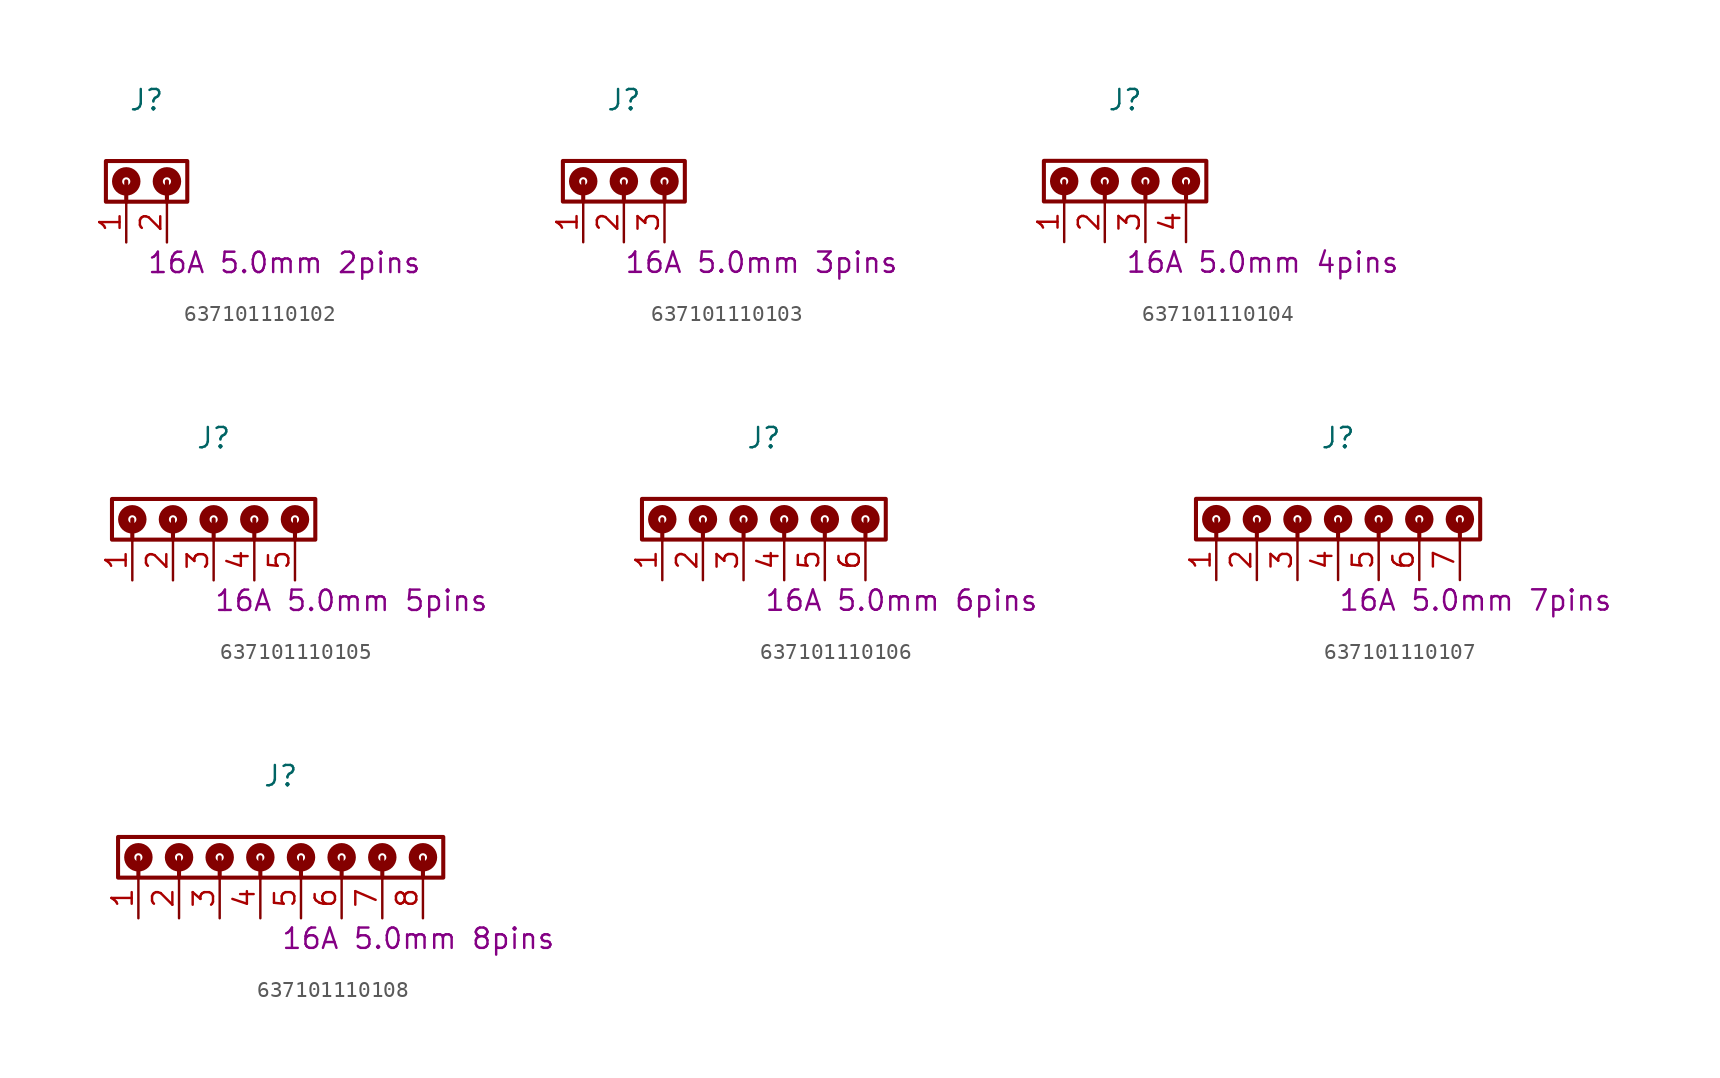
<source format=kicad_sym>
(kicad_symbol_lib
  (version 20220914)
  (generator kicad_symbol_editor)
  (symbol "637101110102"
    (pin_names hide)
    (property "Reference" "J"
      (at 0 5.08 0)
      (effects (font (size 1.27 1.27))))
    (property "Critical Parameter" "16A 5.0mm 2pins"
      (at 0 -5.08 0)
      (effects (font (size 1.27 1.27)) (justify left)))
    (symbol "637101110102_0_1"
      (rectangle (start -2.54 1.27) (end 2.54 -1.27) (stroke (width 0.254) (type default)) (fill (type none)))
      (circle (center -1.27 0) (radius 0.254) (stroke (width 0.635) (type default)) (fill (type none)))
      (polyline (pts (xy -1.27 0) (xy -1.27 -1.27)) (stroke (width 0.254) (type default)) (fill (type none)))
      (circle (center 1.27 0) (radius 0.254) (stroke (width 0.635) (type default)) (fill (type none)))
      (polyline (pts (xy 1.27 0) (xy 1.27 -1.27)) (stroke (width 0.254) (type default)) (fill (type none))))
    (symbol "637101110102_1_1"
      (pin passive line (at -1.27 -3.81 90) (length 2.54) (name "1" (effects (font (size 1.27 1.27)))) (number "1" (effects (font (size 1.27 1.27)))))
      (pin passive line (at -1.27 -3.81 90) (length 2.54) hide (name "A1" (effects (font (size 1.27 1.27)))) (number "A1" (effects (font (size 1.27 1.27)))))
      (pin passive line (at 1.27 -3.81 90) (length 2.54) (name "2" (effects (font (size 1.27 1.27)))) (number "2" (effects (font (size 1.27 1.27)))))
      (pin passive line (at 1.27 -3.81 90) (length 2.54) hide (name "A2" (effects (font (size 1.27 1.27)))) (number "A2" (effects (font (size 1.27 1.27)))))))
  (symbol "637101110103"
    (pin_names hide)
    (property "Reference" "J"
      (at 0 5.08 0)
      (effects (font (size 1.27 1.27))))
    (property "Critical Parameter" "16A 5.0mm 3pins"
      (at 0 -5.08 0)
      (effects (font (size 1.27 1.27)) (justify left)))
    (symbol "637101110103_0_1"
      (rectangle (start -3.81 1.27) (end 3.81 -1.27) (stroke (width 0.254) (type default)) (fill (type none)))
      (circle (center -2.54 0) (radius 0.254) (stroke (width 0.635) (type default)) (fill (type none)))
      (polyline (pts (xy -2.54 0) (xy -2.54 -1.27)) (stroke (width 0.254) (type default)) (fill (type none)))
      (circle (center 0.0 0) (radius 0.254) (stroke (width 0.635) (type default)) (fill (type none)))
      (polyline (pts (xy 0.0 0) (xy 0.0 -1.27)) (stroke (width 0.254) (type default)) (fill (type none)))
      (circle (center 2.54 0) (radius 0.254) (stroke (width 0.635) (type default)) (fill (type none)))
      (polyline (pts (xy 2.54 0) (xy 2.54 -1.27)) (stroke (width 0.254) (type default)) (fill (type none))))
    (symbol "637101110103_1_1"
      (pin passive line (at -2.54 -3.81 90) (length 2.54) (name "1" (effects (font (size 1.27 1.27)))) (number "1" (effects (font (size 1.27 1.27)))))
      (pin passive line (at -2.54 -3.81 90) (length 2.54) hide (name "A1" (effects (font (size 1.27 1.27)))) (number "A1" (effects (font (size 1.27 1.27)))))
      (pin passive line (at 0.0 -3.81 90) (length 2.54) (name "2" (effects (font (size 1.27 1.27)))) (number "2" (effects (font (size 1.27 1.27)))))
      (pin passive line (at 0.0 -3.81 90) (length 2.54) hide (name "A2" (effects (font (size 1.27 1.27)))) (number "A2" (effects (font (size 1.27 1.27)))))
      (pin passive line (at 2.54 -3.81 90) (length 2.54) (name "3" (effects (font (size 1.27 1.27)))) (number "3" (effects (font (size 1.27 1.27)))))
      (pin passive line (at 2.54 -3.81 90) (length 2.54) hide (name "A3" (effects (font (size 1.27 1.27)))) (number "A3" (effects (font (size 1.27 1.27)))))))
  (symbol "637101110104"
    (pin_names hide)
    (property "Reference" "J"
      (at 0 5.08 0)
      (effects (font (size 1.27 1.27))))
    (property "Critical Parameter" "16A 5.0mm 4pins"
      (at 0 -5.08 0)
      (effects (font (size 1.27 1.27)) (justify left)))
    (symbol "637101110104_0_1"
      (rectangle (start -5.08 1.27) (end 5.08 -1.27) (stroke (width 0.254) (type default)) (fill (type none)))
      (circle (center -3.81 0) (radius 0.254) (stroke (width 0.635) (type default)) (fill (type none)))
      (polyline (pts (xy -3.81 0) (xy -3.81 -1.27)) (stroke (width 0.254) (type default)) (fill (type none)))
      (circle (center -1.27 0) (radius 0.254) (stroke (width 0.635) (type default)) (fill (type none)))
      (polyline (pts (xy -1.27 0) (xy -1.27 -1.27)) (stroke (width 0.254) (type default)) (fill (type none)))
      (circle (center 1.27 0) (radius 0.254) (stroke (width 0.635) (type default)) (fill (type none)))
      (polyline (pts (xy 1.27 0) (xy 1.27 -1.27)) (stroke (width 0.254) (type default)) (fill (type none)))
      (circle (center 3.81 0) (radius 0.254) (stroke (width 0.635) (type default)) (fill (type none)))
      (polyline (pts (xy 3.81 0) (xy 3.81 -1.27)) (stroke (width 0.254) (type default)) (fill (type none))))
    (symbol "637101110104_1_1"
      (pin passive line (at -3.81 -3.81 90) (length 2.54) (name "1" (effects (font (size 1.27 1.27)))) (number "1" (effects (font (size 1.27 1.27)))))
      (pin passive line (at -3.81 -3.81 90) (length 2.54) hide (name "A1" (effects (font (size 1.27 1.27)))) (number "A1" (effects (font (size 1.27 1.27)))))
      (pin passive line (at -1.27 -3.81 90) (length 2.54) (name "2" (effects (font (size 1.27 1.27)))) (number "2" (effects (font (size 1.27 1.27)))))
      (pin passive line (at -1.27 -3.81 90) (length 2.54) hide (name "A2" (effects (font (size 1.27 1.27)))) (number "A2" (effects (font (size 1.27 1.27)))))
      (pin passive line (at 1.27 -3.81 90) (length 2.54) (name "3" (effects (font (size 1.27 1.27)))) (number "3" (effects (font (size 1.27 1.27)))))
      (pin passive line (at 1.27 -3.81 90) (length 2.54) hide (name "A3" (effects (font (size 1.27 1.27)))) (number "A3" (effects (font (size 1.27 1.27)))))
      (pin passive line (at 3.81 -3.81 90) (length 2.54) (name "4" (effects (font (size 1.27 1.27)))) (number "4" (effects (font (size 1.27 1.27)))))
      (pin passive line (at 3.81 -3.81 90) (length 2.54) hide (name "A4" (effects (font (size 1.27 1.27)))) (number "A4" (effects (font (size 1.27 1.27)))))))
  (symbol "637101110105"
    (pin_names hide)
    (property "Reference" "J"
      (at 0 5.08 0)
      (effects (font (size 1.27 1.27))))
    (property "Critical Parameter" "16A 5.0mm 5pins"
      (at 0 -5.08 0)
      (effects (font (size 1.27 1.27)) (justify left)))
    (symbol "637101110105_0_1"
      (rectangle (start -6.35 1.27) (end 6.35 -1.27) (stroke (width 0.254) (type default)) (fill (type none)))
      (circle (center -5.08 0) (radius 0.254) (stroke (width 0.635) (type default)) (fill (type none)))
      (polyline (pts (xy -5.08 0) (xy -5.08 -1.27)) (stroke (width 0.254) (type default)) (fill (type none)))
      (circle (center -2.54 0) (radius 0.254) (stroke (width 0.635) (type default)) (fill (type none)))
      (polyline (pts (xy -2.54 0) (xy -2.54 -1.27)) (stroke (width 0.254) (type default)) (fill (type none)))
      (circle (center 0.0 0) (radius 0.254) (stroke (width 0.635) (type default)) (fill (type none)))
      (polyline (pts (xy 0.0 0) (xy 0.0 -1.27)) (stroke (width 0.254) (type default)) (fill (type none)))
      (circle (center 2.54 0) (radius 0.254) (stroke (width 0.635) (type default)) (fill (type none)))
      (polyline (pts (xy 2.54 0) (xy 2.54 -1.27)) (stroke (width 0.254) (type default)) (fill (type none)))
      (circle (center 5.08 0) (radius 0.254) (stroke (width 0.635) (type default)) (fill (type none)))
      (polyline (pts (xy 5.08 0) (xy 5.08 -1.27)) (stroke (width 0.254) (type default)) (fill (type none))))
    (symbol "637101110105_1_1"
      (pin passive line (at -5.08 -3.81 90) (length 2.54) (name "1" (effects (font (size 1.27 1.27)))) (number "1" (effects (font (size 1.27 1.27)))))
      (pin passive line (at -5.08 -3.81 90) (length 2.54) hide (name "A1" (effects (font (size 1.27 1.27)))) (number "A1" (effects (font (size 1.27 1.27)))))
      (pin passive line (at -2.54 -3.81 90) (length 2.54) (name "2" (effects (font (size 1.27 1.27)))) (number "2" (effects (font (size 1.27 1.27)))))
      (pin passive line (at -2.54 -3.81 90) (length 2.54) hide (name "A2" (effects (font (size 1.27 1.27)))) (number "A2" (effects (font (size 1.27 1.27)))))
      (pin passive line (at 0.0 -3.81 90) (length 2.54) (name "3" (effects (font (size 1.27 1.27)))) (number "3" (effects (font (size 1.27 1.27)))))
      (pin passive line (at 0.0 -3.81 90) (length 2.54) hide (name "A3" (effects (font (size 1.27 1.27)))) (number "A3" (effects (font (size 1.27 1.27)))))
      (pin passive line (at 2.54 -3.81 90) (length 2.54) (name "4" (effects (font (size 1.27 1.27)))) (number "4" (effects (font (size 1.27 1.27)))))
      (pin passive line (at 2.54 -3.81 90) (length 2.54) hide (name "A4" (effects (font (size 1.27 1.27)))) (number "A4" (effects (font (size 1.27 1.27)))))
      (pin passive line (at 5.08 -3.81 90) (length 2.54) (name "5" (effects (font (size 1.27 1.27)))) (number "5" (effects (font (size 1.27 1.27)))))
      (pin passive line (at 5.08 -3.81 90) (length 2.54) hide (name "A5" (effects (font (size 1.27 1.27)))) (number "A5" (effects (font (size 1.27 1.27)))))))
  (symbol "637101110106"
    (pin_names hide)
    (property "Reference" "J"
      (at 0 5.08 0)
      (effects (font (size 1.27 1.27))))
    (property "Critical Parameter" "16A 5.0mm 6pins"
      (at 0 -5.08 0)
      (effects (font (size 1.27 1.27)) (justify left)))
    (symbol "637101110106_0_1"
      (rectangle (start -7.62 1.27) (end 7.62 -1.27) (stroke (width 0.254) (type default)) (fill (type none)))
      (circle (center -6.35 0) (radius 0.254) (stroke (width 0.635) (type default)) (fill (type none)))
      (polyline (pts (xy -6.35 0) (xy -6.35 -1.27)) (stroke (width 0.254) (type default)) (fill (type none)))
      (circle (center -3.81 0) (radius 0.254) (stroke (width 0.635) (type default)) (fill (type none)))
      (polyline (pts (xy -3.81 0) (xy -3.81 -1.27)) (stroke (width 0.254) (type default)) (fill (type none)))
      (circle (center -1.27 0) (radius 0.254) (stroke (width 0.635) (type default)) (fill (type none)))
      (polyline (pts (xy -1.27 0) (xy -1.27 -1.27)) (stroke (width 0.254) (type default)) (fill (type none)))
      (circle (center 1.27 0) (radius 0.254) (stroke (width 0.635) (type default)) (fill (type none)))
      (polyline (pts (xy 1.27 0) (xy 1.27 -1.27)) (stroke (width 0.254) (type default)) (fill (type none)))
      (circle (center 3.81 0) (radius 0.254) (stroke (width 0.635) (type default)) (fill (type none)))
      (polyline (pts (xy 3.81 0) (xy 3.81 -1.27)) (stroke (width 0.254) (type default)) (fill (type none)))
      (circle (center 6.35 0) (radius 0.254) (stroke (width 0.635) (type default)) (fill (type none)))
      (polyline (pts (xy 6.35 0) (xy 6.35 -1.27)) (stroke (width 0.254) (type default)) (fill (type none))))
    (symbol "637101110106_1_1"
      (pin passive line (at -6.35 -3.81 90) (length 2.54) (name "1" (effects (font (size 1.27 1.27)))) (number "1" (effects (font (size 1.27 1.27)))))
      (pin passive line (at -6.35 -3.81 90) (length 2.54) hide (name "A1" (effects (font (size 1.27 1.27)))) (number "A1" (effects (font (size 1.27 1.27)))))
      (pin passive line (at -3.81 -3.81 90) (length 2.54) (name "2" (effects (font (size 1.27 1.27)))) (number "2" (effects (font (size 1.27 1.27)))))
      (pin passive line (at -3.81 -3.81 90) (length 2.54) hide (name "A2" (effects (font (size 1.27 1.27)))) (number "A2" (effects (font (size 1.27 1.27)))))
      (pin passive line (at -1.27 -3.81 90) (length 2.54) (name "3" (effects (font (size 1.27 1.27)))) (number "3" (effects (font (size 1.27 1.27)))))
      (pin passive line (at -1.27 -3.81 90) (length 2.54) hide (name "A3" (effects (font (size 1.27 1.27)))) (number "A3" (effects (font (size 1.27 1.27)))))
      (pin passive line (at 1.27 -3.81 90) (length 2.54) (name "4" (effects (font (size 1.27 1.27)))) (number "4" (effects (font (size 1.27 1.27)))))
      (pin passive line (at 1.27 -3.81 90) (length 2.54) hide (name "A4" (effects (font (size 1.27 1.27)))) (number "A4" (effects (font (size 1.27 1.27)))))
      (pin passive line (at 3.81 -3.81 90) (length 2.54) (name "5" (effects (font (size 1.27 1.27)))) (number "5" (effects (font (size 1.27 1.27)))))
      (pin passive line (at 3.81 -3.81 90) (length 2.54) hide (name "A5" (effects (font (size 1.27 1.27)))) (number "A5" (effects (font (size 1.27 1.27)))))
      (pin passive line (at 6.35 -3.81 90) (length 2.54) (name "6" (effects (font (size 1.27 1.27)))) (number "6" (effects (font (size 1.27 1.27)))))
      (pin passive line (at 6.35 -3.81 90) (length 2.54) hide (name "A6" (effects (font (size 1.27 1.27)))) (number "A6" (effects (font (size 1.27 1.27)))))))
  (symbol "637101110107"
    (pin_names hide)
    (property "Reference" "J"
      (at 0 5.08 0)
      (effects (font (size 1.27 1.27))))
    (property "Critical Parameter" "16A 5.0mm 7pins"
      (at 0 -5.08 0)
      (effects (font (size 1.27 1.27)) (justify left)))
    (symbol "637101110107_0_1"
      (rectangle (start -8.89 1.27) (end 8.89 -1.27) (stroke (width 0.254) (type default)) (fill (type none)))
      (circle (center -7.62 0) (radius 0.254) (stroke (width 0.635) (type default)) (fill (type none)))
      (polyline (pts (xy -7.62 0) (xy -7.62 -1.27)) (stroke (width 0.254) (type default)) (fill (type none)))
      (circle (center -5.08 0) (radius 0.254) (stroke (width 0.635) (type default)) (fill (type none)))
      (polyline (pts (xy -5.08 0) (xy -5.08 -1.27)) (stroke (width 0.254) (type default)) (fill (type none)))
      (circle (center -2.54 0) (radius 0.254) (stroke (width 0.635) (type default)) (fill (type none)))
      (polyline (pts (xy -2.54 0) (xy -2.54 -1.27)) (stroke (width 0.254) (type default)) (fill (type none)))
      (circle (center 0.0 0) (radius 0.254) (stroke (width 0.635) (type default)) (fill (type none)))
      (polyline (pts (xy 0.0 0) (xy 0.0 -1.27)) (stroke (width 0.254) (type default)) (fill (type none)))
      (circle (center 2.54 0) (radius 0.254) (stroke (width 0.635) (type default)) (fill (type none)))
      (polyline (pts (xy 2.54 0) (xy 2.54 -1.27)) (stroke (width 0.254) (type default)) (fill (type none)))
      (circle (center 5.08 0) (radius 0.254) (stroke (width 0.635) (type default)) (fill (type none)))
      (polyline (pts (xy 5.08 0) (xy 5.08 -1.27)) (stroke (width 0.254) (type default)) (fill (type none)))
      (circle (center 7.62 0) (radius 0.254) (stroke (width 0.635) (type default)) (fill (type none)))
      (polyline (pts (xy 7.62 0) (xy 7.62 -1.27)) (stroke (width 0.254) (type default)) (fill (type none))))
    (symbol "637101110107_1_1"
      (pin passive line (at -7.62 -3.81 90) (length 2.54) (name "1" (effects (font (size 1.27 1.27)))) (number "1" (effects (font (size 1.27 1.27)))))
      (pin passive line (at -7.62 -3.81 90) (length 2.54) hide (name "A1" (effects (font (size 1.27 1.27)))) (number "A1" (effects (font (size 1.27 1.27)))))
      (pin passive line (at -5.08 -3.81 90) (length 2.54) (name "2" (effects (font (size 1.27 1.27)))) (number "2" (effects (font (size 1.27 1.27)))))
      (pin passive line (at -5.08 -3.81 90) (length 2.54) hide (name "A2" (effects (font (size 1.27 1.27)))) (number "A2" (effects (font (size 1.27 1.27)))))
      (pin passive line (at -2.54 -3.81 90) (length 2.54) (name "3" (effects (font (size 1.27 1.27)))) (number "3" (effects (font (size 1.27 1.27)))))
      (pin passive line (at -2.54 -3.81 90) (length 2.54) hide (name "A3" (effects (font (size 1.27 1.27)))) (number "A3" (effects (font (size 1.27 1.27)))))
      (pin passive line (at 0.0 -3.81 90) (length 2.54) (name "4" (effects (font (size 1.27 1.27)))) (number "4" (effects (font (size 1.27 1.27)))))
      (pin passive line (at 0.0 -3.81 90) (length 2.54) hide (name "A4" (effects (font (size 1.27 1.27)))) (number "A4" (effects (font (size 1.27 1.27)))))
      (pin passive line (at 2.54 -3.81 90) (length 2.54) (name "5" (effects (font (size 1.27 1.27)))) (number "5" (effects (font (size 1.27 1.27)))))
      (pin passive line (at 2.54 -3.81 90) (length 2.54) hide (name "A5" (effects (font (size 1.27 1.27)))) (number "A5" (effects (font (size 1.27 1.27)))))
      (pin passive line (at 5.08 -3.81 90) (length 2.54) (name "6" (effects (font (size 1.27 1.27)))) (number "6" (effects (font (size 1.27 1.27)))))
      (pin passive line (at 5.08 -3.81 90) (length 2.54) hide (name "A6" (effects (font (size 1.27 1.27)))) (number "A6" (effects (font (size 1.27 1.27)))))
      (pin passive line (at 7.62 -3.81 90) (length 2.54) (name "7" (effects (font (size 1.27 1.27)))) (number "7" (effects (font (size 1.27 1.27)))))
      (pin passive line (at 7.62 -3.81 90) (length 2.54) hide (name "A7" (effects (font (size 1.27 1.27)))) (number "A7" (effects (font (size 1.27 1.27)))))))
  (symbol "637101110108"
    (pin_names hide)
    (property "Reference" "J"
      (at 0 5.08 0)
      (effects (font (size 1.27 1.27))))
    (property "Critical Parameter" "16A 5.0mm 8pins"
      (at 0 -5.08 0)
      (effects (font (size 1.27 1.27)) (justify left)))
    (symbol "637101110108_0_1"
      (rectangle (start -10.16 1.27) (end 10.16 -1.27) (stroke (width 0.254) (type default)) (fill (type none)))
      (circle (center -8.89 0) (radius 0.254) (stroke (width 0.635) (type default)) (fill (type none)))
      (polyline (pts (xy -8.89 0) (xy -8.89 -1.27)) (stroke (width 0.254) (type default)) (fill (type none)))
      (circle (center -6.35 0) (radius 0.254) (stroke (width 0.635) (type default)) (fill (type none)))
      (polyline (pts (xy -6.35 0) (xy -6.35 -1.27)) (stroke (width 0.254) (type default)) (fill (type none)))
      (circle (center -3.81 0) (radius 0.254) (stroke (width 0.635) (type default)) (fill (type none)))
      (polyline (pts (xy -3.81 0) (xy -3.81 -1.27)) (stroke (width 0.254) (type default)) (fill (type none)))
      (circle (center -1.27 0) (radius 0.254) (stroke (width 0.635) (type default)) (fill (type none)))
      (polyline (pts (xy -1.27 0) (xy -1.27 -1.27)) (stroke (width 0.254) (type default)) (fill (type none)))
      (circle (center 1.27 0) (radius 0.254) (stroke (width 0.635) (type default)) (fill (type none)))
      (polyline (pts (xy 1.27 0) (xy 1.27 -1.27)) (stroke (width 0.254) (type default)) (fill (type none)))
      (circle (center 3.81 0) (radius 0.254) (stroke (width 0.635) (type default)) (fill (type none)))
      (polyline (pts (xy 3.81 0) (xy 3.81 -1.27)) (stroke (width 0.254) (type default)) (fill (type none)))
      (circle (center 6.35 0) (radius 0.254) (stroke (width 0.635) (type default)) (fill (type none)))
      (polyline (pts (xy 6.35 0) (xy 6.35 -1.27)) (stroke (width 0.254) (type default)) (fill (type none)))
      (circle (center 8.89 0) (radius 0.254) (stroke (width 0.635) (type default)) (fill (type none)))
      (polyline (pts (xy 8.89 0) (xy 8.89 -1.27)) (stroke (width 0.254) (type default)) (fill (type none))))
    (symbol "637101110108_1_1"
      (pin passive line (at -8.89 -3.81 90) (length 2.54) (name "1" (effects (font (size 1.27 1.27)))) (number "1" (effects (font (size 1.27 1.27)))))
      (pin passive line (at -8.89 -3.81 90) (length 2.54) hide (name "A1" (effects (font (size 1.27 1.27)))) (number "A1" (effects (font (size 1.27 1.27)))))
      (pin passive line (at -6.35 -3.81 90) (length 2.54) (name "2" (effects (font (size 1.27 1.27)))) (number "2" (effects (font (size 1.27 1.27)))))
      (pin passive line (at -6.35 -3.81 90) (length 2.54) hide (name "A2" (effects (font (size 1.27 1.27)))) (number "A2" (effects (font (size 1.27 1.27)))))
      (pin passive line (at -3.81 -3.81 90) (length 2.54) (name "3" (effects (font (size 1.27 1.27)))) (number "3" (effects (font (size 1.27 1.27)))))
      (pin passive line (at -3.81 -3.81 90) (length 2.54) hide (name "A3" (effects (font (size 1.27 1.27)))) (number "A3" (effects (font (size 1.27 1.27)))))
      (pin passive line (at -1.27 -3.81 90) (length 2.54) (name "4" (effects (font (size 1.27 1.27)))) (number "4" (effects (font (size 1.27 1.27)))))
      (pin passive line (at -1.27 -3.81 90) (length 2.54) hide (name "A4" (effects (font (size 1.27 1.27)))) (number "A4" (effects (font (size 1.27 1.27)))))
      (pin passive line (at 1.27 -3.81 90) (length 2.54) (name "5" (effects (font (size 1.27 1.27)))) (number "5" (effects (font (size 1.27 1.27)))))
      (pin passive line (at 1.27 -3.81 90) (length 2.54) hide (name "A5" (effects (font (size 1.27 1.27)))) (number "A5" (effects (font (size 1.27 1.27)))))
      (pin passive line (at 3.81 -3.81 90) (length 2.54) (name "6" (effects (font (size 1.27 1.27)))) (number "6" (effects (font (size 1.27 1.27)))))
      (pin passive line (at 3.81 -3.81 90) (length 2.54) hide (name "A6" (effects (font (size 1.27 1.27)))) (number "A6" (effects (font (size 1.27 1.27)))))
      (pin passive line (at 6.35 -3.81 90) (length 2.54) (name "7" (effects (font (size 1.27 1.27)))) (number "7" (effects (font (size 1.27 1.27)))))
      (pin passive line (at 6.35 -3.81 90) (length 2.54) hide (name "A7" (effects (font (size 1.27 1.27)))) (number "A7" (effects (font (size 1.27 1.27)))))
      (pin passive line (at 8.89 -3.81 90) (length 2.54) (name "8" (effects (font (size 1.27 1.27)))) (number "8" (effects (font (size 1.27 1.27)))))
      (pin passive line (at 8.89 -3.81 90) (length 2.54) hide (name "A8" (effects (font (size 1.27 1.27)))) (number "A8" (effects (font (size 1.27 1.27))))))))
</source>
